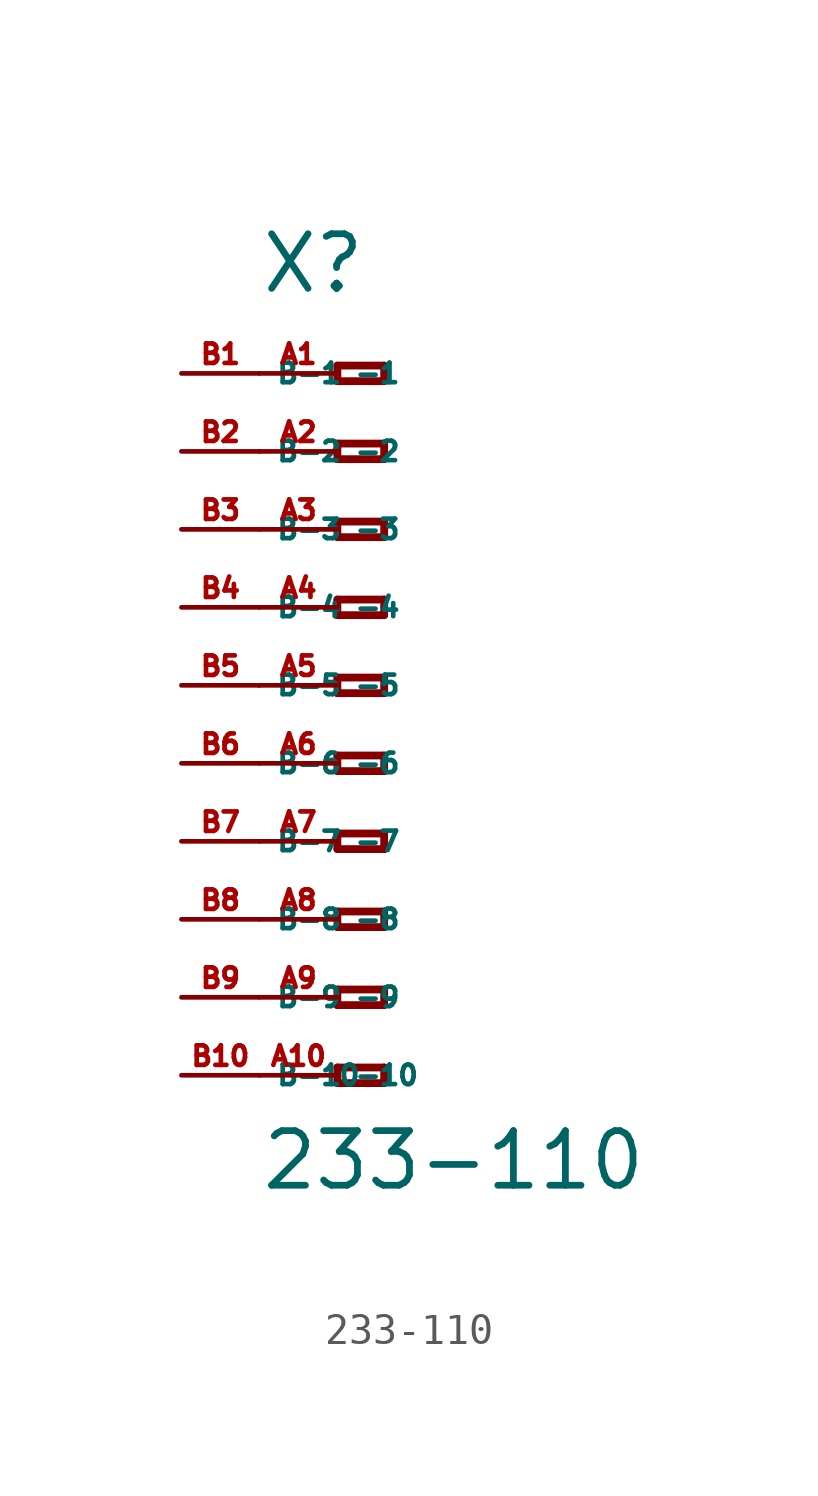
<source format=kicad_sym>
(kicad_symbol_lib
  (version 20220914)
  (generator Eagle2Kicad)
  (symbol "233-110"
    (property "Reference" "X"
      (at -5.08 12.7 0)
      (effects (font (size 1.778 1.778) (thickness 0.22)) (justify left bottom)))
    (property "Value" "233-110"
      (at -5.08 -16.51 0)
      (effects (font (size 1.778 1.778) (thickness 0.22)) (justify left bottom)))
    (polyline
      (pts (xy -2.54 10.414) (xy -2.54 9.906))
      (stroke (width 0.254) (type default))
      (fill (type none)))
    (polyline
      (pts (xy -2.54 9.906) (xy -1.016 9.906))
      (stroke (width 0.254) (type default))
      (fill (type none)))
    (polyline
      (pts (xy -1.016 9.906) (xy -1.016 10.414))
      (stroke (width 0.254) (type default))
      (fill (type none)))
    (polyline
      (pts (xy -1.016 10.414) (xy -2.54 10.414))
      (stroke (width 0.254) (type default))
      (fill (type none)))
    (polyline
      (pts (xy -2.54 7.874) (xy -2.54 7.366))
      (stroke (width 0.254) (type default))
      (fill (type none)))
    (polyline
      (pts (xy -2.54 7.366) (xy -1.016 7.366))
      (stroke (width 0.254) (type default))
      (fill (type none)))
    (polyline
      (pts (xy -1.016 7.366) (xy -1.016 7.874))
      (stroke (width 0.254) (type default))
      (fill (type none)))
    (polyline
      (pts (xy -1.016 7.874) (xy -2.54 7.874))
      (stroke (width 0.254) (type default))
      (fill (type none)))
    (polyline
      (pts (xy -2.54 5.334) (xy -2.54 4.826))
      (stroke (width 0.254) (type default))
      (fill (type none)))
    (polyline
      (pts (xy -2.54 4.826) (xy -1.016 4.826))
      (stroke (width 0.254) (type default))
      (fill (type none)))
    (polyline
      (pts (xy -1.016 4.826) (xy -1.016 5.334))
      (stroke (width 0.254) (type default))
      (fill (type none)))
    (polyline
      (pts (xy -1.016 5.334) (xy -2.54 5.334))
      (stroke (width 0.254) (type default))
      (fill (type none)))
    (polyline
      (pts (xy -2.54 2.794) (xy -2.54 2.286))
      (stroke (width 0.254) (type default))
      (fill (type none)))
    (polyline
      (pts (xy -2.54 2.286) (xy -1.016 2.286))
      (stroke (width 0.254) (type default))
      (fill (type none)))
    (polyline
      (pts (xy -1.016 2.286) (xy -1.016 2.794))
      (stroke (width 0.254) (type default))
      (fill (type none)))
    (polyline
      (pts (xy -1.016 2.794) (xy -2.54 2.794))
      (stroke (width 0.254) (type default))
      (fill (type none)))
    (polyline
      (pts (xy -2.54 0.254) (xy -2.54 -0.254))
      (stroke (width 0.254) (type default))
      (fill (type none)))
    (polyline
      (pts (xy -2.54 -0.254) (xy -1.016 -0.254))
      (stroke (width 0.254) (type default))
      (fill (type none)))
    (polyline
      (pts (xy -1.016 -0.254) (xy -1.016 0.254))
      (stroke (width 0.254) (type default))
      (fill (type none)))
    (polyline
      (pts (xy -1.016 0.254) (xy -2.54 0.254))
      (stroke (width 0.254) (type default))
      (fill (type none)))
    (polyline
      (pts (xy -2.54 -2.286) (xy -2.54 -2.794))
      (stroke (width 0.254) (type default))
      (fill (type none)))
    (polyline
      (pts (xy -2.54 -2.794) (xy -1.016 -2.794))
      (stroke (width 0.254) (type default))
      (fill (type none)))
    (polyline
      (pts (xy -1.016 -2.794) (xy -1.016 -2.286))
      (stroke (width 0.254) (type default))
      (fill (type none)))
    (polyline
      (pts (xy -1.016 -2.286) (xy -2.54 -2.286))
      (stroke (width 0.254) (type default))
      (fill (type none)))
    (polyline
      (pts (xy -2.54 -4.826) (xy -2.54 -5.334))
      (stroke (width 0.254) (type default))
      (fill (type none)))
    (polyline
      (pts (xy -2.54 -5.334) (xy -1.016 -5.334))
      (stroke (width 0.254) (type default))
      (fill (type none)))
    (polyline
      (pts (xy -1.016 -5.334) (xy -1.016 -4.826))
      (stroke (width 0.254) (type default))
      (fill (type none)))
    (polyline
      (pts (xy -1.016 -4.826) (xy -2.54 -4.826))
      (stroke (width 0.254) (type default))
      (fill (type none)))
    (polyline
      (pts (xy -2.54 -7.366) (xy -2.54 -7.874))
      (stroke (width 0.254) (type default))
      (fill (type none)))
    (polyline
      (pts (xy -2.54 -7.874) (xy -1.016 -7.874))
      (stroke (width 0.254) (type default))
      (fill (type none)))
    (polyline
      (pts (xy -1.016 -7.874) (xy -1.016 -7.366))
      (stroke (width 0.254) (type default))
      (fill (type none)))
    (polyline
      (pts (xy -1.016 -7.366) (xy -2.54 -7.366))
      (stroke (width 0.254) (type default))
      (fill (type none)))
    (polyline
      (pts (xy -2.54 -9.906) (xy -2.54 -10.414))
      (stroke (width 0.254) (type default))
      (fill (type none)))
    (polyline
      (pts (xy -2.54 -10.414) (xy -1.016 -10.414))
      (stroke (width 0.254) (type default))
      (fill (type none)))
    (polyline
      (pts (xy -1.016 -10.414) (xy -1.016 -9.906))
      (stroke (width 0.254) (type default))
      (fill (type none)))
    (polyline
      (pts (xy -1.016 -9.906) (xy -2.54 -9.906))
      (stroke (width 0.254) (type default))
      (fill (type none)))
    (polyline
      (pts (xy -2.54 -12.446) (xy -2.54 -12.954))
      (stroke (width 0.254) (type default))
      (fill (type none)))
    (polyline
      (pts (xy -2.54 -12.954) (xy -1.016 -12.954))
      (stroke (width 0.254) (type default))
      (fill (type none)))
    (polyline
      (pts (xy -1.016 -12.954) (xy -1.016 -12.446))
      (stroke (width 0.254) (type default))
      (fill (type none)))
    (polyline
      (pts (xy -1.016 -12.446) (xy -2.54 -12.446))
      (stroke (width 0.254) (type default))
      (fill (type none)))
    (pin passive line
      (at -5.08 10.16 0)
      (length 2.54)
      (name "-1" (effects (font (size 0.635 0.635) (thickness 0.08)) (justify left bottom)))
      (number "A1" (effects (font (size 0.635 0.635) (thickness 0.08)) (justify left bottom))))
    (pin passive line
      (at -5.08 7.62 0)
      (length 2.54)
      (name "-2" (effects (font (size 0.635 0.635) (thickness 0.08)) (justify left bottom)))
      (number "A2" (effects (font (size 0.635 0.635) (thickness 0.08)) (justify left bottom))))
    (pin passive line
      (at -5.08 5.08 0)
      (length 2.54)
      (name "-3" (effects (font (size 0.635 0.635) (thickness 0.08)) (justify left bottom)))
      (number "A3" (effects (font (size 0.635 0.635) (thickness 0.08)) (justify left bottom))))
    (pin passive line
      (at -5.08 2.54 0)
      (length 2.54)
      (name "-4" (effects (font (size 0.635 0.635) (thickness 0.08)) (justify left bottom)))
      (number "A4" (effects (font (size 0.635 0.635) (thickness 0.08)) (justify left bottom))))
    (pin passive line
      (at -5.08 0 0)
      (length 2.54)
      (name "-5" (effects (font (size 0.635 0.635) (thickness 0.08)) (justify left bottom)))
      (number "A5" (effects (font (size 0.635 0.635) (thickness 0.08)) (justify left bottom))))
    (pin passive line
      (at -5.08 -2.54 0)
      (length 2.54)
      (name "-6" (effects (font (size 0.635 0.635) (thickness 0.08)) (justify left bottom)))
      (number "A6" (effects (font (size 0.635 0.635) (thickness 0.08)) (justify left bottom))))
    (pin passive line
      (at -5.08 -5.08 0)
      (length 2.54)
      (name "-7" (effects (font (size 0.635 0.635) (thickness 0.08)) (justify left bottom)))
      (number "A7" (effects (font (size 0.635 0.635) (thickness 0.08)) (justify left bottom))))
    (pin passive line
      (at -5.08 -7.62 0)
      (length 2.54)
      (name "-8" (effects (font (size 0.635 0.635) (thickness 0.08)) (justify left bottom)))
      (number "A8" (effects (font (size 0.635 0.635) (thickness 0.08)) (justify left bottom))))
    (pin passive line
      (at -5.08 -10.16 0)
      (length 2.54)
      (name "-9" (effects (font (size 0.635 0.635) (thickness 0.08)) (justify left bottom)))
      (number "A9" (effects (font (size 0.635 0.635) (thickness 0.08)) (justify left bottom))))
    (pin passive line
      (at -5.08 -12.7 0)
      (length 2.54)
      (name "-10" (effects (font (size 0.635 0.635) (thickness 0.08)) (justify left bottom)))
      (number "A10" (effects (font (size 0.635 0.635) (thickness 0.08)) (justify left bottom))))
    (pin passive line
      (at -7.62 -12.7 0)
      (length 2.54)
      (name "B-10" (effects (font (size 0.635 0.635) (thickness 0.08)) (justify left bottom)))
      (number "B10" (effects (font (size 0.635 0.635) (thickness 0.08)) (justify left bottom))))
    (pin passive line
      (at -7.62 10.16 0)
      (length 2.54)
      (name "B-1" (effects (font (size 0.635 0.635) (thickness 0.08)) (justify left bottom)))
      (number "B1" (effects (font (size 0.635 0.635) (thickness 0.08)) (justify left bottom))))
    (pin passive line
      (at -7.62 7.62 0)
      (length 2.54)
      (name "B-2" (effects (font (size 0.635 0.635) (thickness 0.08)) (justify left bottom)))
      (number "B2" (effects (font (size 0.635 0.635) (thickness 0.08)) (justify left bottom))))
    (pin passive line
      (at -7.62 5.08 0)
      (length 2.54)
      (name "B-3" (effects (font (size 0.635 0.635) (thickness 0.08)) (justify left bottom)))
      (number "B3" (effects (font (size 0.635 0.635) (thickness 0.08)) (justify left bottom))))
    (pin passive line
      (at -7.62 2.54 0)
      (length 2.54)
      (name "B-4" (effects (font (size 0.635 0.635) (thickness 0.08)) (justify left bottom)))
      (number "B4" (effects (font (size 0.635 0.635) (thickness 0.08)) (justify left bottom))))
    (pin passive line
      (at -7.62 0 0)
      (length 2.54)
      (name "B-5" (effects (font (size 0.635 0.635) (thickness 0.08)) (justify left bottom)))
      (number "B5" (effects (font (size 0.635 0.635) (thickness 0.08)) (justify left bottom))))
    (pin passive line
      (at -7.62 -2.54 0)
      (length 2.54)
      (name "B-6" (effects (font (size 0.635 0.635) (thickness 0.08)) (justify left bottom)))
      (number "B6" (effects (font (size 0.635 0.635) (thickness 0.08)) (justify left bottom))))
    (pin passive line
      (at -7.62 -5.08 0)
      (length 2.54)
      (name "B-7" (effects (font (size 0.635 0.635) (thickness 0.08)) (justify left bottom)))
      (number "B7" (effects (font (size 0.635 0.635) (thickness 0.08)) (justify left bottom))))
    (pin passive line
      (at -7.62 -7.62 0)
      (length 2.54)
      (name "B-8" (effects (font (size 0.635 0.635) (thickness 0.08)) (justify left bottom)))
      (number "B8" (effects (font (size 0.635 0.635) (thickness 0.08)) (justify left bottom))))
    (pin passive line
      (at -7.62 -10.16 0)
      (length 2.54)
      (name "B-9" (effects (font (size 0.635 0.635) (thickness 0.08)) (justify left bottom)))
      (number "B9" (effects (font (size 0.635 0.635) (thickness 0.08)) (justify left bottom))))))
</source>
